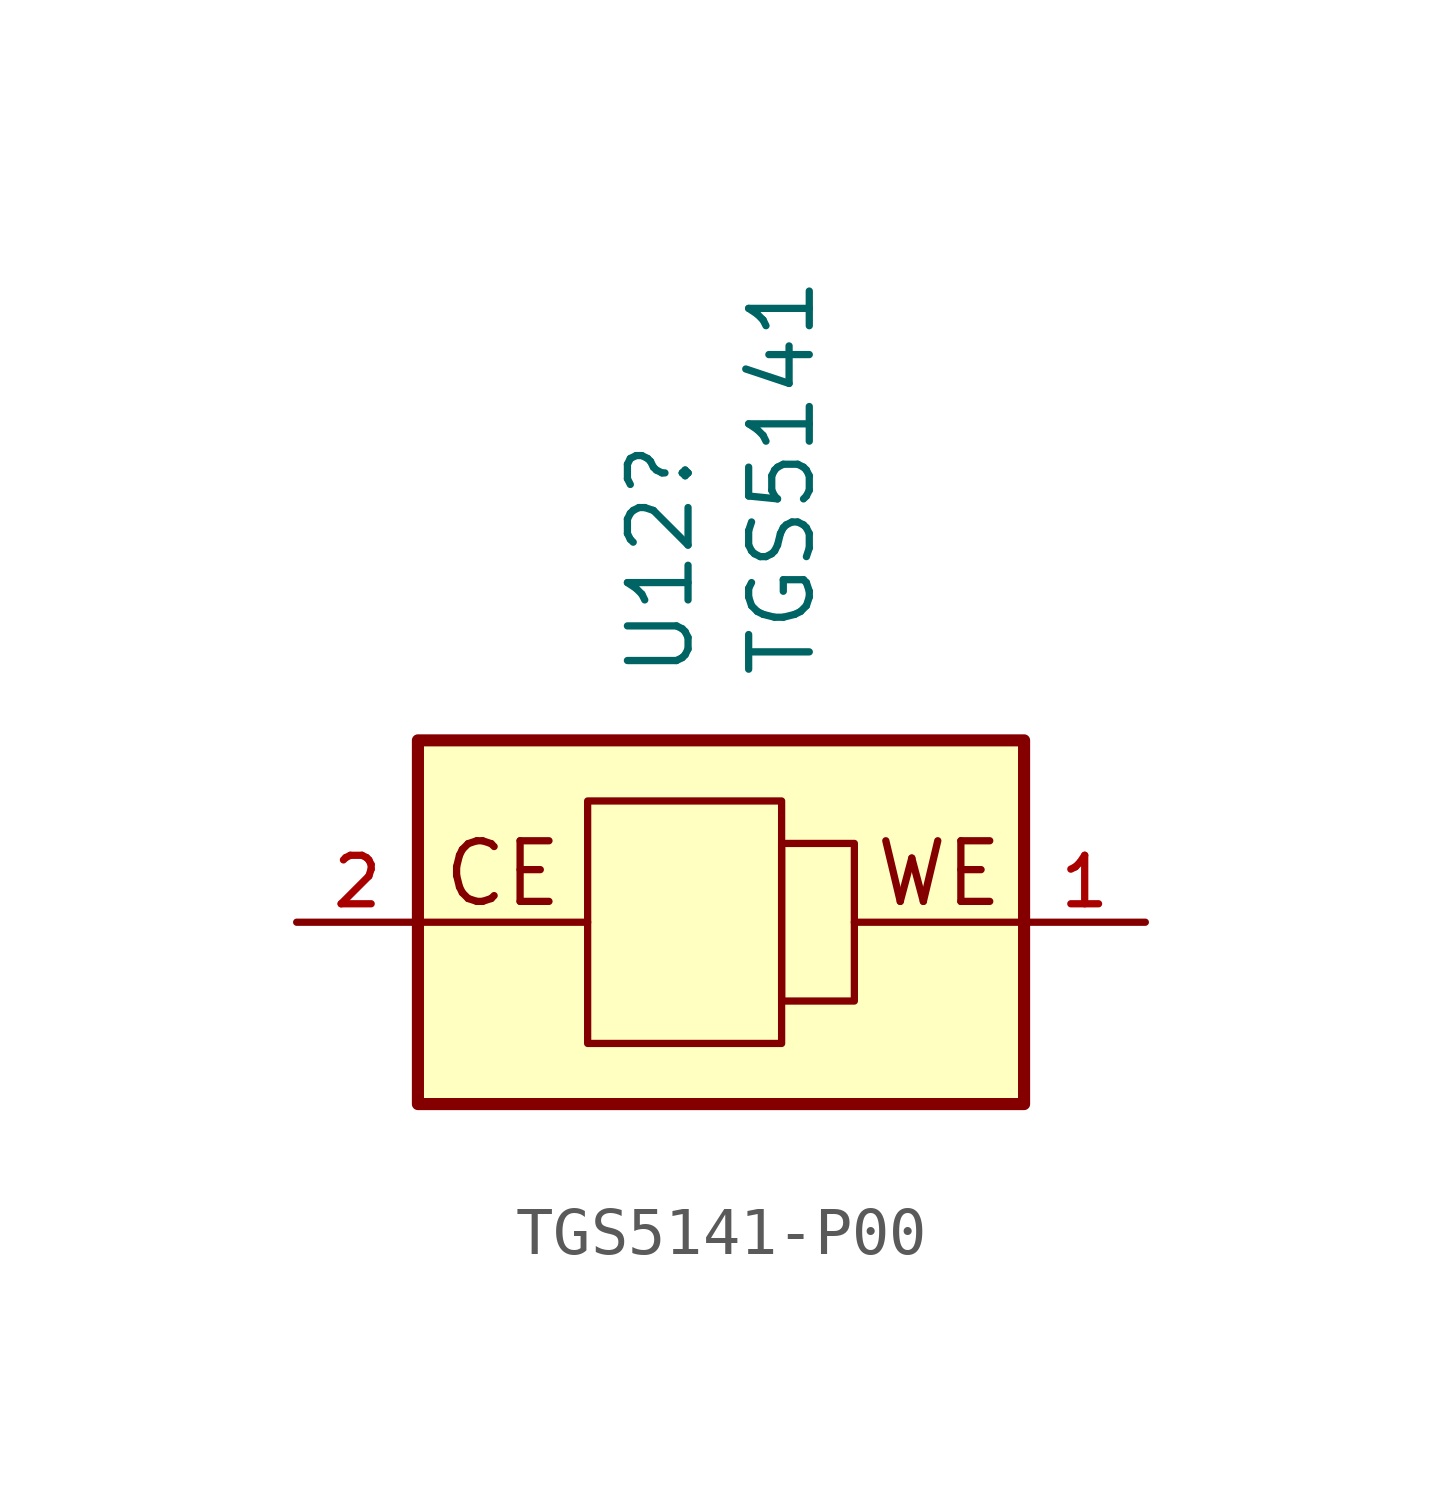
<source format=kicad_sym>
(kicad_symbol_lib
  (version 20241209)
  (generator "kicad_symbol_editor")
  (generator_version "9.0")
  (symbol "TGS5141-P00"
    (pin_names
      (offset 1.016))
    (property "Reference" "U12"
      (at 10.16 5.08 90)
      (effects (font (size 1.27 1.27)) (justify left)))
    (property "Value" "TGS5141"
      (at 12.7 5.08 90)
      (effects (font (size 1.27 1.27)) (justify left)))
    (property "ki_locked" ""
      (at 0 0 0)
      (effects (font (size 1.27 1.27))))
    (symbol "TGS5141-P00_1_1"
      (rectangle (start 5.08 3.81) (end 17.78 -3.81) (stroke (width 0.254) (type solid)) (fill (type background)))
      (polyline (pts (xy 5.08 0) (xy 8.636 0)) (stroke (width 0) (type solid)) (fill (type none)))
      (rectangle (start 12.7 2.54) (end 8.636 -2.54) (stroke (width 0) (type solid)) (fill (type background)))
      (rectangle (start 12.7 1.651) (end 14.224 -1.651) (stroke (width 0) (type solid)) (fill (type background)))
      (polyline (pts (xy 17.78 0) (xy 14.224 0)) (stroke (width 0) (type solid)) (fill (type none)))
      (text "CE" (at 6.858 1.016 0) (effects (font (size 1.27 1.27))))
      (text "WE" (at 16.002 1.016 0) (effects (font (size 1.27 1.27))))
      (pin passive line (at 2.54 0 0) (length 2.54) (name "CE" (effects (font (size 0 0)))) (number "2" (effects (font (size 1.016 1.016)))))
      (pin passive line (at 20.32 0 180) (length 2.54) (name "WE" (effects (font (size 0 0)))) (number "1" (effects (font (size 1.016 1.016))))))))
</source>
